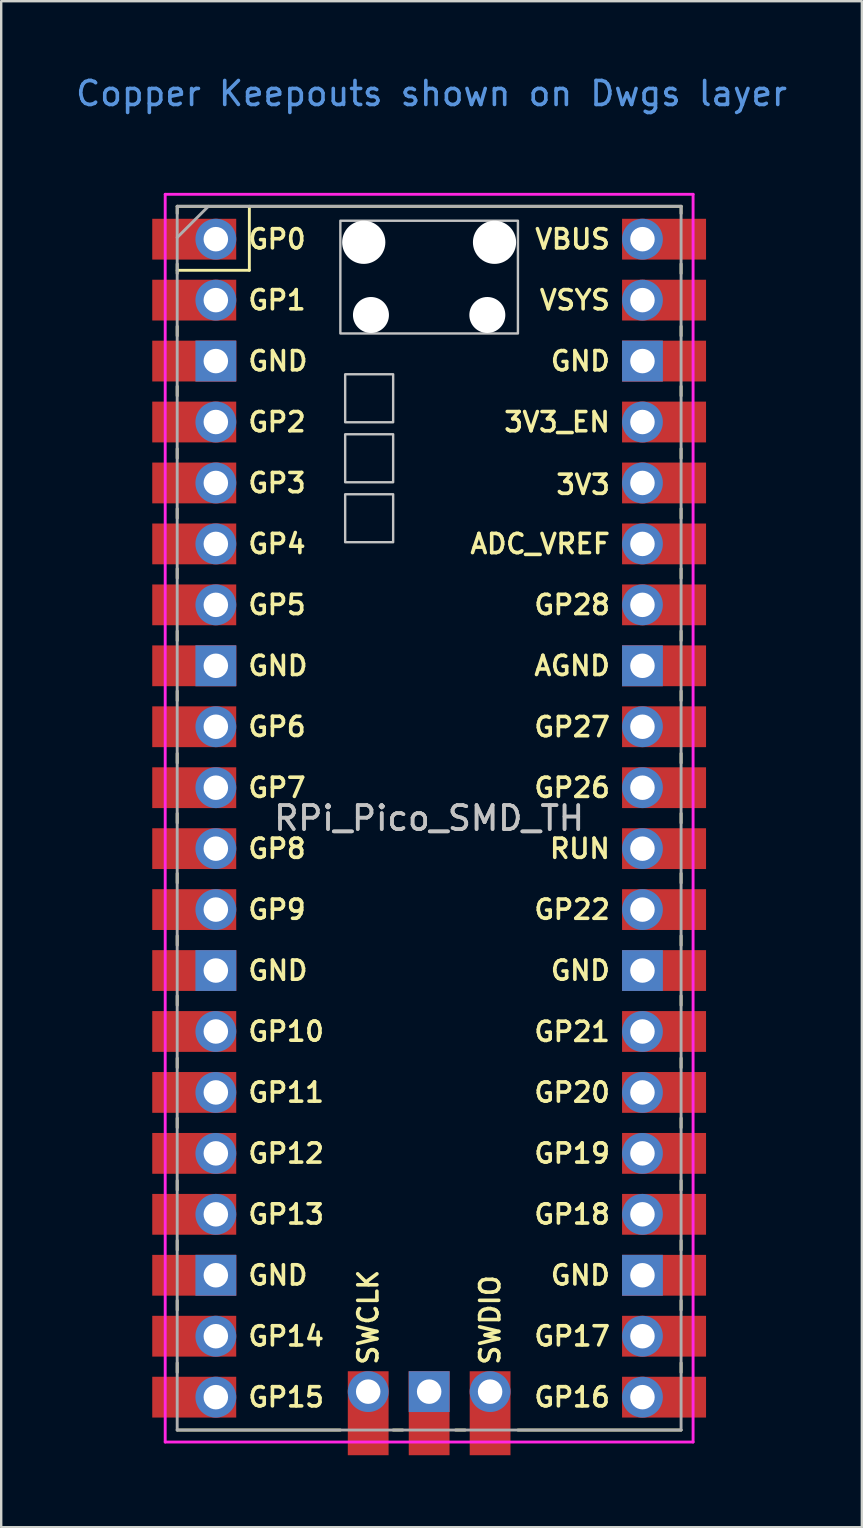
<source format=kicad_pcb>
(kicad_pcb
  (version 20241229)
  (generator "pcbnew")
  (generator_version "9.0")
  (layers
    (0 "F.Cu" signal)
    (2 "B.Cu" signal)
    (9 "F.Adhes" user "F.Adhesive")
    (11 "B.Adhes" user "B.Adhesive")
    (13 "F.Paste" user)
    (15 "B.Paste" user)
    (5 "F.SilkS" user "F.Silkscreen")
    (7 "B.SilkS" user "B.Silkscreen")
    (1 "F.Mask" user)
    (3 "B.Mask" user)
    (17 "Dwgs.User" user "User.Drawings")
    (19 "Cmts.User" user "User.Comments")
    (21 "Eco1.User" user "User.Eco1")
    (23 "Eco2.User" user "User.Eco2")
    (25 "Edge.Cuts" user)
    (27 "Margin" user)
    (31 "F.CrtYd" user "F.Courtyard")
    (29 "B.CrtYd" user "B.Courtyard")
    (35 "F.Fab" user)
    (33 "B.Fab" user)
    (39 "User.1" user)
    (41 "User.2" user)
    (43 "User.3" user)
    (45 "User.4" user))
  (footprint "RPi_Pico_SMD_TH"
    (layer "F.Cu")
    (at 14.835 31.048)
    (property "Reference" "RPi_Pico_SMD_TH" (at 0 0 0) (layer "Dwgs.User") (effects (font (size 1 1) (thickness 0.15))))
    (attr through_hole)
    (fp_line (start -10.5 -25.5) (end -10.5 -25.2) (stroke (width 0.12) (type solid)) (layer "F.SilkS"))
    (fp_line (start -10.5 -25.5) (end 10.5 -25.5) (stroke (width 0.12) (type solid)) (layer "F.SilkS"))
    (fp_line (start -10.5 -23.1) (end -10.5 -22.7) (stroke (width 0.12) (type solid)) (layer "F.SilkS"))
    (fp_line (start -10.5 -22.833) (end -7.493 -22.833) (stroke (width 0.12) (type solid)) (layer "F.SilkS"))
    (fp_line (start -10.5 -20.5) (end -10.5 -20.1) (stroke (width 0.12) (type solid)) (layer "F.SilkS"))
    (fp_line (start -10.5 -18) (end -10.5 -17.6) (stroke (width 0.12) (type solid)) (layer "F.SilkS"))
    (fp_line (start -10.5 -15.4) (end -10.5 -15) (stroke (width 0.12) (type solid)) (layer "F.SilkS"))
    (fp_line (start -10.5 -12.9) (end -10.5 -12.5) (stroke (width 0.12) (type solid)) (layer "F.SilkS"))
    (fp_line (start -10.5 -10.4) (end -10.5 -10) (stroke (width 0.12) (type solid)) (layer "F.SilkS"))
    (fp_line (start -10.5 -7.8) (end -10.5 -7.4) (stroke (width 0.12) (type solid)) (layer "F.SilkS"))
    (fp_line (start -10.5 -5.3) (end -10.5 -4.9) (stroke (width 0.12) (type solid)) (layer "F.SilkS"))
    (fp_line (start -10.5 -2.7) (end -10.5 -2.3) (stroke (width 0.12) (type solid)) (layer "F.SilkS"))
    (fp_line (start -10.5 -0.2) (end -10.5 0.2) (stroke (width 0.12) (type solid)) (layer "F.SilkS"))
    (fp_line (start -10.5 2.3) (end -10.5 2.7) (stroke (width 0.12) (type solid)) (layer "F.SilkS"))
    (fp_line (start -10.5 4.9) (end -10.5 5.3) (stroke (width 0.12) (type solid)) (layer "F.SilkS"))
    (fp_line (start -10.5 7.4) (end -10.5 7.8) (stroke (width 0.12) (type solid)) (layer "F.SilkS"))
    (fp_line (start -10.5 10) (end -10.5 10.4) (stroke (width 0.12) (type solid)) (layer "F.SilkS"))
    (fp_line (start -10.5 12.5) (end -10.5 12.9) (stroke (width 0.12) (type solid)) (layer "F.SilkS"))
    (fp_line (start -10.5 15.1) (end -10.5 15.5) (stroke (width 0.12) (type solid)) (layer "F.SilkS"))
    (fp_line (start -10.5 17.6) (end -10.5 18) (stroke (width 0.12) (type solid)) (layer "F.SilkS"))
    (fp_line (start -10.5 20.1) (end -10.5 20.5) (stroke (width 0.12) (type solid)) (layer "F.SilkS"))
    (fp_line (start -10.5 22.7) (end -10.5 23.1) (stroke (width 0.12) (type solid)) (layer "F.SilkS"))
    (fp_line (start -7.493 -22.833) (end -7.493 -25.5) (stroke (width 0.12) (type solid)) (layer "F.SilkS"))
    (fp_line (start -3.7 25.5) (end -10.5 25.5) (stroke (width 0.12) (type solid)) (layer "F.SilkS"))
    (fp_line (start -1.5 25.5) (end -1.1 25.5) (stroke (width 0.12) (type solid)) (layer "F.SilkS"))
    (fp_line (start 1.1 25.5) (end 1.5 25.5) (stroke (width 0.12) (type solid)) (layer "F.SilkS"))
    (fp_line (start 10.5 -25.5) (end 10.5 -25.2) (stroke (width 0.12) (type solid)) (layer "F.SilkS"))
    (fp_line (start 10.5 -23.1) (end 10.5 -22.7) (stroke (width 0.12) (type solid)) (layer "F.SilkS"))
    (fp_line (start 10.5 -20.5) (end 10.5 -20.1) (stroke (width 0.12) (type solid)) (layer "F.SilkS"))
    (fp_line (start 10.5 -18) (end 10.5 -17.6) (stroke (width 0.12) (type solid)) (layer "F.SilkS"))
    (fp_line (start 10.5 -15.4) (end 10.5 -15) (stroke (width 0.12) (type solid)) (layer "F.SilkS"))
    (fp_line (start 10.5 -12.9) (end 10.5 -12.5) (stroke (width 0.12) (type solid)) (layer "F.SilkS"))
    (fp_line (start 10.5 -10.4) (end 10.5 -10) (stroke (width 0.12) (type solid)) (layer "F.SilkS"))
    (fp_line (start 10.5 -7.8) (end 10.5 -7.4) (stroke (width 0.12) (type solid)) (layer "F.SilkS"))
    (fp_line (start 10.5 -5.3) (end 10.5 -4.9) (stroke (width 0.12) (type solid)) (layer "F.SilkS"))
    (fp_line (start 10.5 -2.7) (end 10.5 -2.3) (stroke (width 0.12) (type solid)) (layer "F.SilkS"))
    (fp_line (start 10.5 -0.2) (end 10.5 0.2) (stroke (width 0.12) (type solid)) (layer "F.SilkS"))
    (fp_line (start 10.5 2.3) (end 10.5 2.7) (stroke (width 0.12) (type solid)) (layer "F.SilkS"))
    (fp_line (start 10.5 4.9) (end 10.5 5.3) (stroke (width 0.12) (type solid)) (layer "F.SilkS"))
    (fp_line (start 10.5 7.4) (end 10.5 7.8) (stroke (width 0.12) (type solid)) (layer "F.SilkS"))
    (fp_line (start 10.5 10) (end 10.5 10.4) (stroke (width 0.12) (type solid)) (layer "F.SilkS"))
    (fp_line (start 10.5 12.5) (end 10.5 12.9) (stroke (width 0.12) (type solid)) (layer "F.SilkS"))
    (fp_line (start 10.5 15.1) (end 10.5 15.5) (stroke (width 0.12) (type solid)) (layer "F.SilkS"))
    (fp_line (start 10.5 17.6) (end 10.5 18) (stroke (width 0.12) (type solid)) (layer "F.SilkS"))
    (fp_line (start 10.5 20.1) (end 10.5 20.5) (stroke (width 0.12) (type solid)) (layer "F.SilkS"))
    (fp_line (start 10.5 22.7) (end 10.5 23.1) (stroke (width 0.12) (type solid)) (layer "F.SilkS"))
    (fp_line (start 10.5 25.5) (end 3.7 25.5) (stroke (width 0.12) (type solid)) (layer "F.SilkS"))
    (fp_poly (pts (xy -1.5 -16.5) (xy -3.5 -16.5) (xy -3.5 -18.5) (xy -1.5 -18.5)) (stroke (width 0.1) (type solid)) (fill no) (layer "Dwgs.User"))
    (fp_poly (pts (xy -1.5 -14) (xy -3.5 -14) (xy -3.5 -16) (xy -1.5 -16)) (stroke (width 0.1) (type solid)) (fill no) (layer "Dwgs.User"))
    (fp_poly (pts (xy -1.5 -11.5) (xy -3.5 -11.5) (xy -3.5 -13.5) (xy -1.5 -13.5)) (stroke (width 0.1) (type solid)) (fill no) (layer "Dwgs.User"))
    (fp_poly (pts (xy 3.7 -20.2) (xy -3.7 -20.2) (xy -3.7 -24.9) (xy 3.7 -24.9)) (stroke (width 0.1) (type solid)) (fill no) (layer "Dwgs.User"))
    (fp_line (start -11 -26) (end 11 -26) (stroke (width 0.12) (type solid)) (layer "F.CrtYd"))
    (fp_line (start -11 26) (end -11 -26) (stroke (width 0.12) (type solid)) (layer "F.CrtYd"))
    (fp_line (start 11 -26) (end 11 26) (stroke (width 0.12) (type solid)) (layer "F.CrtYd"))
    (fp_line (start 11 26) (end -11 26) (stroke (width 0.12) (type solid)) (layer "F.CrtYd"))
    (fp_line (start -10.5 -25.5) (end 10.5 -25.5) (stroke (width 0.12) (type solid)) (layer "F.Fab"))
    (fp_line (start -10.5 -24.2) (end -9.2 -25.5) (stroke (width 0.12) (type solid)) (layer "F.Fab"))
    (fp_line (start -10.5 25.5) (end -10.5 -25.5) (stroke (width 0.12) (type solid)) (layer "F.Fab"))
    (fp_line (start 10.5 -25.5) (end 10.5 25.5) (stroke (width 0.12) (type solid)) (layer "F.Fab"))
    (fp_line (start 10.5 25.5) (end -10.5 25.5) (stroke (width 0.12) (type solid)) (layer "F.Fab"))
    (fp_text user "GP9" (at -7.62 3.81 0) (layer "F.SilkS") (effects (font (size 0.8 0.8) (thickness 0.15)) (justify left)))
    (fp_text user "GP22" (at 7.62 3.81 0) (layer "F.SilkS") (effects (font (size 0.8 0.8) (thickness 0.15)) (justify right)))
    (fp_text user "3V3_EN" (at 7.62 -16.51 0) (layer "F.SilkS") (effects (font (size 0.8 0.8) (thickness 0.15)) (justify right)))
    (fp_text user "GP17" (at 7.62 21.59 0) (layer "F.SilkS") (effects (font (size 0.8 0.8) (thickness 0.15)) (justify right)))
    (fp_text user "GP15" (at -7.62 24.13 0) (layer "F.SilkS") (effects (font (size 0.8 0.8) (thickness 0.15)) (justify left)))
    (fp_text user "GP18" (at 7.62 16.51 0) (layer "F.SilkS") (effects (font (size 0.8 0.8) (thickness 0.15)) (justify right)))
    (fp_text user "GND" (at -7.62 -6.35 0) (layer "F.SilkS") (effects (font (size 0.8 0.8) (thickness 0.15)) (justify left)))
    (fp_text user "GP13" (at -7.62 16.51 0) (layer "F.SilkS") (effects (font (size 0.8 0.8) (thickness 0.15)) (justify left)))
    (fp_text user "GP8" (at -7.62 1.27 0) (layer "F.SilkS") (effects (font (size 0.8 0.8) (thickness 0.15)) (justify left)))
    (fp_text user "GP28" (at 7.62 -8.89 0) (layer "F.SilkS") (effects (font (size 0.8 0.8) (thickness 0.15)) (justify right)))
    (fp_text user "GND" (at 7.62 19.05 0) (layer "F.SilkS") (effects (font (size 0.8 0.8) (thickness 0.15)) (justify right)))
    (fp_text user "GP7" (at -7.62 -1.27 0) (layer "F.SilkS") (effects (font (size 0.8 0.8) (thickness 0.15)) (justify left)))
    (fp_text user "GP6" (at -7.62 -3.81 0) (layer "F.SilkS") (effects (font (size 0.8 0.8) (thickness 0.15)) (justify left)))
    (fp_text user "GP16" (at 7.62 24.13 0) (layer "F.SilkS") (effects (font (size 0.8 0.8) (thickness 0.15)) (justify right)))
    (fp_text user "SWDIO" (at 2.54 22.86 90) (layer "F.SilkS") (effects (font (size 0.8 0.8) (thickness 0.15)) (justify left)))
    (fp_text user "GND" (at 7.62 6.35 0) (layer "F.SilkS") (effects (font (size 0.8 0.8) (thickness 0.15)) (justify right)))
    (fp_text user "GND" (at 7.62 -19.05 0) (layer "F.SilkS") (effects (font (size 0.8 0.8) (thickness 0.15)) (justify right)))
    (fp_text user "GP1" (at -7.62 -21.59 0) (layer "F.SilkS") (effects (font (size 0.8 0.8) (thickness 0.15)) (justify left)))
    (fp_text user "GP0" (at -7.62 -24.13 0) (layer "F.SilkS") (effects (font (size 0.8 0.8) (thickness 0.15)) (justify left)))
    (fp_text user "GP14" (at -7.62 21.59 0) (layer "F.SilkS") (effects (font (size 0.8 0.8) (thickness 0.15)) (justify left)))
    (fp_text user "RUN" (at 7.62 1.27 0) (layer "F.SilkS") (effects (font (size 0.8 0.8) (thickness 0.15)) (justify right)))
    (fp_text user "GP2" (at -7.62 -16.51 0) (layer "F.SilkS") (effects (font (size 0.8 0.8) (thickness 0.15)) (justify left)))
    (fp_text user "GND" (at -7.62 6.35 0) (layer "F.SilkS") (effects (font (size 0.8 0.8) (thickness 0.15)) (justify left)))
    (fp_text user "GP10" (at -7.62 8.89 0) (layer "F.SilkS") (effects (font (size 0.8 0.8) (thickness 0.15)) (justify left)))
    (fp_text user "VSYS" (at 7.62 -21.59 0) (layer "F.SilkS") (effects (font (size 0.8 0.8) (thickness 0.15)) (justify right)))
    (fp_text user "GND" (at -7.62 -19.05 0) (layer "F.SilkS") (effects (font (size 0.8 0.8) (thickness 0.15)) (justify left)))
    (fp_text user "GP26" (at 7.62 -1.27 0) (layer "F.SilkS") (effects (font (size 0.8 0.8) (thickness 0.15)) (justify right)))
    (fp_text user "VBUS" (at 7.62 -24.13 0) (layer "F.SilkS") (effects (font (size 0.8 0.8) (thickness 0.15)) (justify right)))
    (fp_text user "GND" (at -7.62 19.05 0) (layer "F.SilkS") (effects (font (size 0.8 0.8) (thickness 0.15)) (justify left)))
    (fp_text user "SWCLK" (at -2.54 22.86 90) (layer "F.SilkS") (effects (font (size 0.8 0.8) (thickness 0.15)) (justify left)))
    (fp_text user "AGND" (at 7.62 -6.35 0) (layer "F.SilkS") (effects (font (size 0.8 0.8) (thickness 0.15)) (justify right)))
    (fp_text user "GP11" (at -7.62 11.43 0) (layer "F.SilkS") (effects (font (size 0.8 0.8) (thickness 0.15)) (justify left)))
    (fp_text user "GP4" (at -7.62 -11.43 0) (layer "F.SilkS") (effects (font (size 0.8 0.8) (thickness 0.15)) (justify left)))
    (fp_text user "GP27" (at 7.62 -3.8 0) (layer "F.SilkS") (effects (font (size 0.8 0.8) (thickness 0.15)) (justify right)))
    (fp_text user "GP5" (at -7.62 -8.89 0) (layer "F.SilkS") (effects (font (size 0.8 0.8) (thickness 0.15)) (justify left)))
    (fp_text user "GP20" (at 7.62 11.43 0) (layer "F.SilkS") (effects (font (size 0.8 0.8) (thickness 0.15)) (justify right)))
    (fp_text user "GP12" (at -7.62 13.97 0) (layer "F.SilkS") (effects (font (size 0.8 0.8) (thickness 0.15)) (justify left)))
    (fp_text user "3V3" (at 7.62 -13.9 0) (layer "F.SilkS") (effects (font (size 0.8 0.8) (thickness 0.15)) (justify right)))
    (fp_text user "GP21" (at 7.62 8.9 0) (layer "F.SilkS") (effects (font (size 0.8 0.8) (thickness 0.15)) (justify right)))
    (fp_text user "ADC_VREF" (at 7.62 -11.43 0) (layer "F.SilkS") (effects (font (size 0.8 0.8) (thickness 0.15)) (justify right)))
    (fp_text user "GP19" (at 7.62 13.97 0) (layer "F.SilkS") (effects (font (size 0.8 0.8) (thickness 0.15)) (justify right)))
    (fp_text user "GP3" (at -7.62 -13.97 0) (layer "F.SilkS") (effects (font (size 0.8 0.8) (thickness 0.15)) (justify left)))
    (fp_text user "Copper Keepouts shown on Dwgs layer" (at 0.1 -30.2 0) (layer "Cmts.User") (effects (font (size 1 1) (thickness 0.15))))
    (fp_text user "${REFERENCE}" (at 0 0 180) (layer "F.Fab") (effects (font (size 1 1) (thickness 0.15))))
    (pad "" np_thru_hole oval (at -2.725 -24) (size 1.8 1.8) (drill 1.8) (layers "*.Cu" "*.Mask"))
    (pad "" np_thru_hole oval (at -2.425 -20.97) (size 1.5 1.5) (drill 1.5) (layers "*.Cu" "*.Mask"))
    (pad "" np_thru_hole oval (at 2.425 -20.97) (size 1.5 1.5) (drill 1.5) (layers "*.Cu" "*.Mask"))
    (pad "" np_thru_hole oval (at 2.725 -24) (size 1.8 1.8) (drill 1.8) (layers "*.Cu" "*.Mask"))
    (pad "1" thru_hole oval (at -8.89 -24.13) (size 1.7 1.7) (drill 1.02) (layers "*.Cu" "*.Mask"))
    (pad "1" smd rect (at -8.89 -24.13) (size 3.5 1.7) (drill (offset -0.9 0)) (layers "F.Cu" "F.Mask"))
    (pad "2" thru_hole oval (at -8.89 -21.59) (size 1.7 1.7) (drill 1.02) (layers "*.Cu" "*.Mask"))
    (pad "2" smd rect (at -8.89 -21.59) (size 3.5 1.7) (drill (offset -0.9 0)) (layers "F.Cu" "F.Mask"))
    (pad "3" thru_hole rect (at -8.89 -19.05) (size 1.7 1.7) (drill 1.02) (layers "*.Cu" "*.Mask"))
    (pad "3" smd rect (at -8.89 -19.05) (size 3.5 1.7) (drill (offset -0.9 0)) (layers "F.Cu" "F.Mask"))
    (pad "4" thru_hole oval (at -8.89 -16.51) (size 1.7 1.7) (drill 1.02) (layers "*.Cu" "*.Mask"))
    (pad "4" smd rect (at -8.89 -16.51) (size 3.5 1.7) (drill (offset -0.9 0)) (layers "F.Cu" "F.Mask"))
    (pad "5" thru_hole oval (at -8.89 -13.97) (size 1.7 1.7) (drill 1.02) (layers "*.Cu" "*.Mask"))
    (pad "5" smd rect (at -8.89 -13.97) (size 3.5 1.7) (drill (offset -0.9 0)) (layers "F.Cu" "F.Mask"))
    (pad "6" thru_hole oval (at -8.89 -11.43) (size 1.7 1.7) (drill 1.02) (layers "*.Cu" "*.Mask"))
    (pad "6" smd rect (at -8.89 -11.43) (size 3.5 1.7) (drill (offset -0.9 0)) (layers "F.Cu" "F.Mask"))
    (pad "7" thru_hole oval (at -8.89 -8.89) (size 1.7 1.7) (drill 1.02) (layers "*.Cu" "*.Mask"))
    (pad "7" smd rect (at -8.89 -8.89) (size 3.5 1.7) (drill (offset -0.9 0)) (layers "F.Cu" "F.Mask"))
    (pad "8" thru_hole rect (at -8.89 -6.35) (size 1.7 1.7) (drill 1.02) (layers "*.Cu" "*.Mask"))
    (pad "8" smd rect (at -8.89 -6.35) (size 3.5 1.7) (drill (offset -0.9 0)) (layers "F.Cu" "F.Mask"))
    (pad "9" thru_hole oval (at -8.89 -3.81) (size 1.7 1.7) (drill 1.02) (layers "*.Cu" "*.Mask"))
    (pad "9" smd rect (at -8.89 -3.81) (size 3.5 1.7) (drill (offset -0.9 0)) (layers "F.Cu" "F.Mask"))
    (pad "10" thru_hole oval (at -8.89 -1.27) (size 1.7 1.7) (drill 1.02) (layers "*.Cu" "*.Mask"))
    (pad "10" smd rect (at -8.89 -1.27) (size 3.5 1.7) (drill (offset -0.9 0)) (layers "F.Cu" "F.Mask"))
    (pad "11" thru_hole oval (at -8.89 1.27) (size 1.7 1.7) (drill 1.02) (layers "*.Cu" "*.Mask"))
    (pad "11" smd rect (at -8.89 1.27) (size 3.5 1.7) (drill (offset -0.9 0)) (layers "F.Cu" "F.Mask"))
    (pad "12" thru_hole oval (at -8.89 3.81) (size 1.7 1.7) (drill 1.02) (layers "*.Cu" "*.Mask"))
    (pad "12" smd rect (at -8.89 3.81) (size 3.5 1.7) (drill (offset -0.9 0)) (layers "F.Cu" "F.Mask"))
    (pad "13" thru_hole rect (at -8.89 6.35) (size 1.7 1.7) (drill 1.02) (layers "*.Cu" "*.Mask"))
    (pad "13" smd rect (at -8.89 6.35) (size 3.5 1.7) (drill (offset -0.9 0)) (layers "F.Cu" "F.Mask"))
    (pad "14" thru_hole oval (at -8.89 8.89) (size 1.7 1.7) (drill 1.02) (layers "*.Cu" "*.Mask"))
    (pad "14" smd rect (at -8.89 8.89) (size 3.5 1.7) (drill (offset -0.9 0)) (layers "F.Cu" "F.Mask"))
    (pad "15" thru_hole oval (at -8.89 11.43) (size 1.7 1.7) (drill 1.02) (layers "*.Cu" "*.Mask"))
    (pad "15" smd rect (at -8.89 11.43) (size 3.5 1.7) (drill (offset -0.9 0)) (layers "F.Cu" "F.Mask"))
    (pad "16" thru_hole oval (at -8.89 13.97) (size 1.7 1.7) (drill 1.02) (layers "*.Cu" "*.Mask"))
    (pad "16" smd rect (at -8.89 13.97) (size 3.5 1.7) (drill (offset -0.9 0)) (layers "F.Cu" "F.Mask"))
    (pad "17" thru_hole oval (at -8.89 16.51) (size 1.7 1.7) (drill 1.02) (layers "*.Cu" "*.Mask"))
    (pad "17" smd rect (at -8.89 16.51) (size 3.5 1.7) (drill (offset -0.9 0)) (layers "F.Cu" "F.Mask"))
    (pad "18" thru_hole rect (at -8.89 19.05) (size 1.7 1.7) (drill 1.02) (layers "*.Cu" "*.Mask"))
    (pad "18" smd rect (at -8.89 19.05) (size 3.5 1.7) (drill (offset -0.9 0)) (layers "F.Cu" "F.Mask"))
    (pad "19" thru_hole oval (at -8.89 21.59) (size 1.7 1.7) (drill 1.02) (layers "*.Cu" "*.Mask"))
    (pad "19" smd rect (at -8.89 21.59) (size 3.5 1.7) (drill (offset -0.9 0)) (layers "F.Cu" "F.Mask"))
    (pad "20" thru_hole oval (at -8.89 24.13) (size 1.7 1.7) (drill 1.02) (layers "*.Cu" "*.Mask"))
    (pad "20" smd rect (at -8.89 24.13) (size 3.5 1.7) (drill (offset -0.9 0)) (layers "F.Cu" "F.Mask"))
    (pad "21" thru_hole oval (at 8.89 24.13) (size 1.7 1.7) (drill 1.02) (layers "*.Cu" "*.Mask"))
    (pad "21" smd rect (at 8.89 24.13) (size 3.5 1.7) (drill (offset 0.9 0)) (layers "F.Cu" "F.Mask"))
    (pad "22" thru_hole oval (at 8.89 21.59) (size 1.7 1.7) (drill 1.02) (layers "*.Cu" "*.Mask"))
    (pad "22" smd rect (at 8.89 21.59) (size 3.5 1.7) (drill (offset 0.9 0)) (layers "F.Cu" "F.Mask"))
    (pad "23" thru_hole rect (at 8.89 19.05) (size 1.7 1.7) (drill 1.02) (layers "*.Cu" "*.Mask"))
    (pad "23" smd rect (at 8.89 19.05) (size 3.5 1.7) (drill (offset 0.9 0)) (layers "F.Cu" "F.Mask"))
    (pad "24" thru_hole oval (at 8.89 16.51) (size 1.7 1.7) (drill 1.02) (layers "*.Cu" "*.Mask"))
    (pad "24" smd rect (at 8.89 16.51) (size 3.5 1.7) (drill (offset 0.9 0)) (layers "F.Cu" "F.Mask"))
    (pad "25" thru_hole oval (at 8.89 13.97) (size 1.7 1.7) (drill 1.02) (layers "*.Cu" "*.Mask"))
    (pad "25" smd rect (at 8.89 13.97) (size 3.5 1.7) (drill (offset 0.9 0)) (layers "F.Cu" "F.Mask"))
    (pad "26" thru_hole oval (at 8.89 11.43) (size 1.7 1.7) (drill 1.02) (layers "*.Cu" "*.Mask"))
    (pad "26" smd rect (at 8.89 11.43) (size 3.5 1.7) (drill (offset 0.9 0)) (layers "F.Cu" "F.Mask"))
    (pad "27" thru_hole oval (at 8.89 8.89) (size 1.7 1.7) (drill 1.02) (layers "*.Cu" "*.Mask"))
    (pad "27" smd rect (at 8.89 8.89) (size 3.5 1.7) (drill (offset 0.9 0)) (layers "F.Cu" "F.Mask"))
    (pad "28" thru_hole rect (at 8.89 6.35) (size 1.7 1.7) (drill 1.02) (layers "*.Cu" "*.Mask"))
    (pad "28" smd rect (at 8.89 6.35) (size 3.5 1.7) (drill (offset 0.9 0)) (layers "F.Cu" "F.Mask"))
    (pad "29" thru_hole oval (at 8.89 3.81) (size 1.7 1.7) (drill 1.02) (layers "*.Cu" "*.Mask"))
    (pad "29" smd rect (at 8.89 3.81) (size 3.5 1.7) (drill (offset 0.9 0)) (layers "F.Cu" "F.Mask"))
    (pad "30" thru_hole oval (at 8.89 1.27) (size 1.7 1.7) (drill 1.02) (layers "*.Cu" "*.Mask"))
    (pad "30" smd rect (at 8.89 1.27) (size 3.5 1.7) (drill (offset 0.9 0)) (layers "F.Cu" "F.Mask"))
    (pad "31" thru_hole oval (at 8.89 -1.27) (size 1.7 1.7) (drill 1.02) (layers "*.Cu" "*.Mask"))
    (pad "31" smd rect (at 8.89 -1.27) (size 3.5 1.7) (drill (offset 0.9 0)) (layers "F.Cu" "F.Mask"))
    (pad "32" thru_hole oval (at 8.89 -3.81) (size 1.7 1.7) (drill 1.02) (layers "*.Cu" "*.Mask"))
    (pad "32" smd rect (at 8.89 -3.81) (size 3.5 1.7) (drill (offset 0.9 0)) (layers "F.Cu" "F.Mask"))
    (pad "33" thru_hole rect (at 8.89 -6.35) (size 1.7 1.7) (drill 1.02) (layers "*.Cu" "*.Mask"))
    (pad "33" smd rect (at 8.89 -6.35) (size 3.5 1.7) (drill (offset 0.9 0)) (layers "F.Cu" "F.Mask"))
    (pad "34" thru_hole oval (at 8.89 -8.89) (size 1.7 1.7) (drill 1.02) (layers "*.Cu" "*.Mask"))
    (pad "34" smd rect (at 8.89 -8.89) (size 3.5 1.7) (drill (offset 0.9 0)) (layers "F.Cu" "F.Mask"))
    (pad "35" thru_hole oval (at 8.89 -11.43) (size 1.7 1.7) (drill 1.02) (layers "*.Cu" "*.Mask"))
    (pad "35" smd rect (at 8.89 -11.43) (size 3.5 1.7) (drill (offset 0.9 0)) (layers "F.Cu" "F.Mask"))
    (pad "36" thru_hole oval (at 8.89 -13.97) (size 1.7 1.7) (drill 1.02) (layers "*.Cu" "*.Mask"))
    (pad "36" smd rect (at 8.89 -13.97) (size 3.5 1.7) (drill (offset 0.9 0)) (layers "F.Cu" "F.Mask"))
    (pad "37" thru_hole oval (at 8.89 -16.51) (size 1.7 1.7) (drill 1.02) (layers "*.Cu" "*.Mask"))
    (pad "37" smd rect (at 8.89 -16.51) (size 3.5 1.7) (drill (offset 0.9 0)) (layers "F.Cu" "F.Mask"))
    (pad "38" thru_hole rect (at 8.89 -19.05) (size 1.7 1.7) (drill 1.02) (layers "*.Cu" "*.Mask"))
    (pad "38" smd rect (at 8.89 -19.05) (size 3.5 1.7) (drill (offset 0.9 0)) (layers "F.Cu" "F.Mask"))
    (pad "39" thru_hole oval (at 8.89 -21.59) (size 1.7 1.7) (drill 1.02) (layers "*.Cu" "*.Mask"))
    (pad "39" smd rect (at 8.89 -21.59) (size 3.5 1.7) (drill (offset 0.9 0)) (layers "F.Cu" "F.Mask"))
    (pad "40" thru_hole oval (at 8.89 -24.13) (size 1.7 1.7) (drill 1.02) (layers "*.Cu" "*.Mask"))
    (pad "40" smd rect (at 8.89 -24.13) (size 3.5 1.7) (drill (offset 0.9 0)) (layers "F.Cu" "F.Mask"))
    (pad "41" thru_hole oval (at -2.54 23.9) (size 1.7 1.7) (drill 1.02) (layers "*.Cu" "*.Mask"))
    (pad "41" smd rect (at -2.54 23.9 90) (size 3.5 1.7) (drill (offset -0.9 0)) (layers "F.Cu" "F.Mask"))
    (pad "42" thru_hole rect (at 0 23.9) (size 1.7 1.7) (drill 1.02) (layers "*.Cu" "*.Mask"))
    (pad "42" smd rect (at 0 23.9 90) (size 3.5 1.7) (drill (offset -0.9 0)) (layers "F.Cu" "F.Mask"))
    (pad "43" thru_hole oval (at 2.54 23.9) (size 1.7 1.7) (drill 1.02) (layers "*.Cu" "*.Mask"))
    (pad "43" smd rect (at 2.54 23.9 90) (size 3.5 1.7) (drill (offset -0.9 0)) (layers "F.Cu" "F.Mask")))
  (gr_rect
    (start -3 -3)
    (end 32.869 60.598)
    (stroke (width 0.1) (type default))
    (fill no)
    (layer "Edge.Cuts")))
</source>
